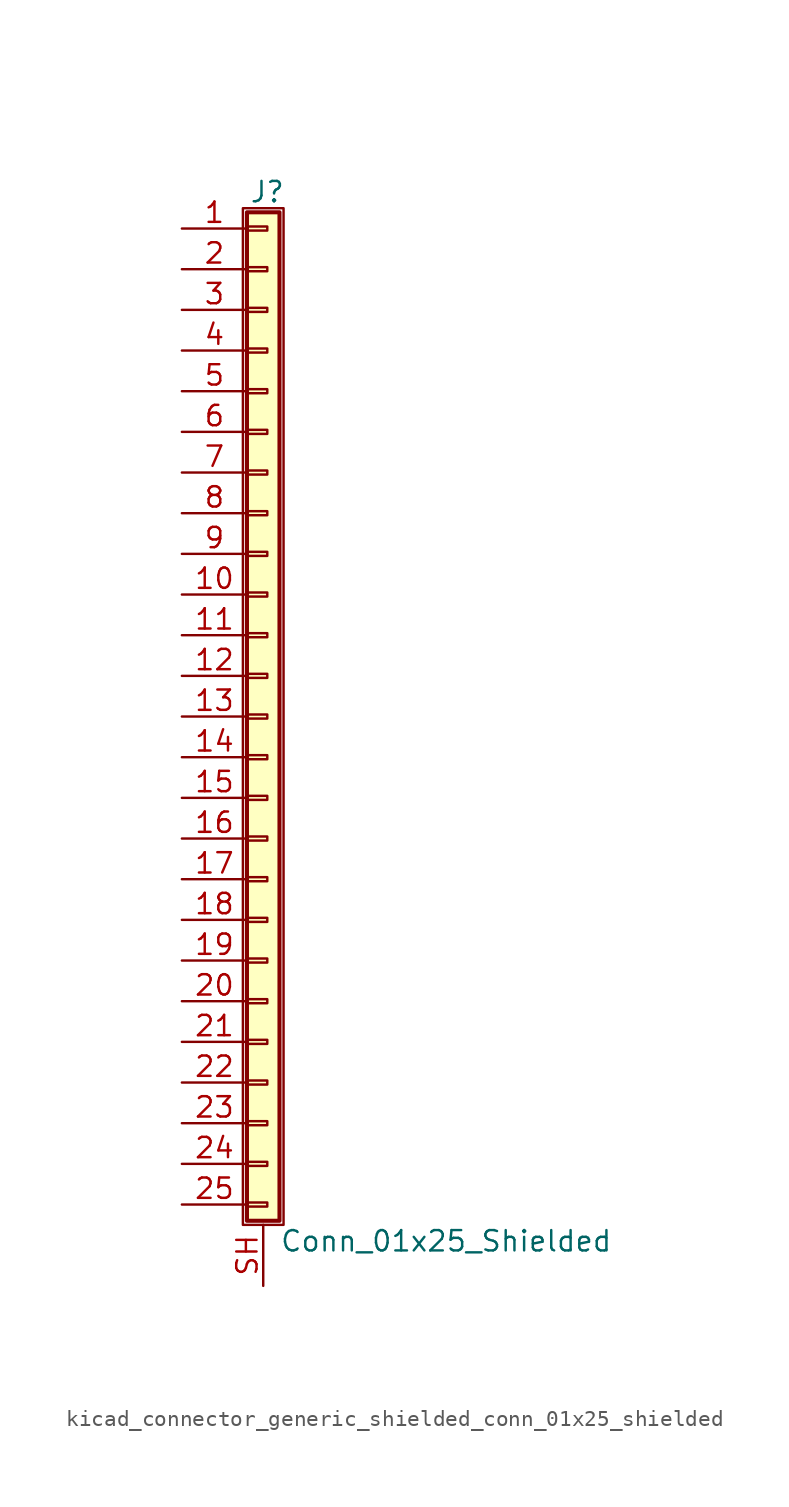
<source format=kicad_sym>
(kicad_symbol_lib
  (version 20220914)
  (generator kicad_symbol_editor)
  (symbol "kicad_connector_generic_shielded_conn_01x25_shielded"
    (pin_names
      (offset 1.016) hide)
    (property "Reference" "J"
      (at 0.254 32.766 0)
      (effects (font (size 1.27 1.27))))
    (property "Value" "Conn_01x25_Shielded"
      (at 1.016 -32.766 0)
      (effects (font (size 1.27 1.27)) (justify left)))
    (symbol "kicad_connector_generic_shielded_conn_01x25_shielded_1_1"
      (rectangle (start -1.27 31.75) (end 1.27 -31.75) (stroke (width 0.152) (type default)) (fill (type none)))
      (rectangle (start -1.016 -30.353) (end 0.254 -30.607) (stroke (width 0.152) (type default)) (fill (type none)))
      (rectangle (start -1.016 -27.813) (end 0.254 -28.067) (stroke (width 0.152) (type default)) (fill (type none)))
      (rectangle (start -1.016 -25.273) (end 0.254 -25.527) (stroke (width 0.152) (type default)) (fill (type none)))
      (rectangle (start -1.016 -22.733) (end 0.254 -22.987) (stroke (width 0.152) (type default)) (fill (type none)))
      (rectangle (start -1.016 -20.193) (end 0.254 -20.447) (stroke (width 0.152) (type default)) (fill (type none)))
      (rectangle (start -1.016 -17.653) (end 0.254 -17.907) (stroke (width 0.152) (type default)) (fill (type none)))
      (rectangle (start -1.016 -15.113) (end 0.254 -15.367) (stroke (width 0.152) (type default)) (fill (type none)))
      (rectangle (start -1.016 -12.573) (end 0.254 -12.827) (stroke (width 0.152) (type default)) (fill (type none)))
      (rectangle (start -1.016 -10.033) (end 0.254 -10.287) (stroke (width 0.152) (type default)) (fill (type none)))
      (rectangle (start -1.016 -7.493) (end 0.254 -7.747) (stroke (width 0.152) (type default)) (fill (type none)))
      (rectangle (start -1.016 -4.953) (end 0.254 -5.207) (stroke (width 0.152) (type default)) (fill (type none)))
      (rectangle (start -1.016 -2.413) (end 0.254 -2.667) (stroke (width 0.152) (type default)) (fill (type none)))
      (rectangle (start -1.016 0.127) (end 0.254 -0.127) (stroke (width 0.152) (type default)) (fill (type none)))
      (rectangle (start -1.016 2.667) (end 0.254 2.413) (stroke (width 0.152) (type default)) (fill (type none)))
      (rectangle (start -1.016 5.207) (end 0.254 4.953) (stroke (width 0.152) (type default)) (fill (type none)))
      (rectangle (start -1.016 7.747) (end 0.254 7.493) (stroke (width 0.152) (type default)) (fill (type none)))
      (rectangle (start -1.016 10.287) (end 0.254 10.033) (stroke (width 0.152) (type default)) (fill (type none)))
      (rectangle (start -1.016 12.827) (end 0.254 12.573) (stroke (width 0.152) (type default)) (fill (type none)))
      (rectangle (start -1.016 15.367) (end 0.254 15.113) (stroke (width 0.152) (type default)) (fill (type none)))
      (rectangle (start -1.016 17.907) (end 0.254 17.653) (stroke (width 0.152) (type default)) (fill (type none)))
      (rectangle (start -1.016 20.447) (end 0.254 20.193) (stroke (width 0.152) (type default)) (fill (type none)))
      (rectangle (start -1.016 22.987) (end 0.254 22.733) (stroke (width 0.152) (type default)) (fill (type none)))
      (rectangle (start -1.016 25.527) (end 0.254 25.273) (stroke (width 0.152) (type default)) (fill (type none)))
      (rectangle (start -1.016 28.067) (end 0.254 27.813) (stroke (width 0.152) (type default)) (fill (type none)))
      (rectangle (start -1.016 30.607) (end 0.254 30.353) (stroke (width 0.152) (type default)) (fill (type none)))
      (rectangle (start -1.016 31.496) (end 1.016 -31.496) (stroke (width 0.254) (type default)) (fill (type background)))
      (pin passive line (at -5.08 30.48 0) (length 4.064) (name "Pin_1" (effects (font (size 1.27 1.27)))) (number "1" (effects (font (size 1.27 1.27)))))
      (pin passive line (at -5.08 7.62 0) (length 4.064) (name "Pin_10" (effects (font (size 1.27 1.27)))) (number "10" (effects (font (size 1.27 1.27)))))
      (pin passive line (at -5.08 5.08 0) (length 4.064) (name "Pin_11" (effects (font (size 1.27 1.27)))) (number "11" (effects (font (size 1.27 1.27)))))
      (pin passive line (at -5.08 2.54 0) (length 4.064) (name "Pin_12" (effects (font (size 1.27 1.27)))) (number "12" (effects (font (size 1.27 1.27)))))
      (pin passive line (at -5.08 0 0) (length 4.064) (name "Pin_13" (effects (font (size 1.27 1.27)))) (number "13" (effects (font (size 1.27 1.27)))))
      (pin passive line (at -5.08 -2.54 0) (length 4.064) (name "Pin_14" (effects (font (size 1.27 1.27)))) (number "14" (effects (font (size 1.27 1.27)))))
      (pin passive line (at -5.08 -5.08 0) (length 4.064) (name "Pin_15" (effects (font (size 1.27 1.27)))) (number "15" (effects (font (size 1.27 1.27)))))
      (pin passive line (at -5.08 -7.62 0) (length 4.064) (name "Pin_16" (effects (font (size 1.27 1.27)))) (number "16" (effects (font (size 1.27 1.27)))))
      (pin passive line (at -5.08 -10.16 0) (length 4.064) (name "Pin_17" (effects (font (size 1.27 1.27)))) (number "17" (effects (font (size 1.27 1.27)))))
      (pin passive line (at -5.08 -12.7 0) (length 4.064) (name "Pin_18" (effects (font (size 1.27 1.27)))) (number "18" (effects (font (size 1.27 1.27)))))
      (pin passive line (at -5.08 -15.24 0) (length 4.064) (name "Pin_19" (effects (font (size 1.27 1.27)))) (number "19" (effects (font (size 1.27 1.27)))))
      (pin passive line (at -5.08 27.94 0) (length 4.064) (name "Pin_2" (effects (font (size 1.27 1.27)))) (number "2" (effects (font (size 1.27 1.27)))))
      (pin passive line (at -5.08 -17.78 0) (length 4.064) (name "Pin_20" (effects (font (size 1.27 1.27)))) (number "20" (effects (font (size 1.27 1.27)))))
      (pin passive line (at -5.08 -20.32 0) (length 4.064) (name "Pin_21" (effects (font (size 1.27 1.27)))) (number "21" (effects (font (size 1.27 1.27)))))
      (pin passive line (at -5.08 -22.86 0) (length 4.064) (name "Pin_22" (effects (font (size 1.27 1.27)))) (number "22" (effects (font (size 1.27 1.27)))))
      (pin passive line (at -5.08 -25.4 0) (length 4.064) (name "Pin_23" (effects (font (size 1.27 1.27)))) (number "23" (effects (font (size 1.27 1.27)))))
      (pin passive line (at -5.08 -27.94 0) (length 4.064) (name "Pin_24" (effects (font (size 1.27 1.27)))) (number "24" (effects (font (size 1.27 1.27)))))
      (pin passive line (at -5.08 -30.48 0) (length 4.064) (name "Pin_25" (effects (font (size 1.27 1.27)))) (number "25" (effects (font (size 1.27 1.27)))))
      (pin passive line (at -5.08 25.4 0) (length 4.064) (name "Pin_3" (effects (font (size 1.27 1.27)))) (number "3" (effects (font (size 1.27 1.27)))))
      (pin passive line (at -5.08 22.86 0) (length 4.064) (name "Pin_4" (effects (font (size 1.27 1.27)))) (number "4" (effects (font (size 1.27 1.27)))))
      (pin passive line (at -5.08 20.32 0) (length 4.064) (name "Pin_5" (effects (font (size 1.27 1.27)))) (number "5" (effects (font (size 1.27 1.27)))))
      (pin passive line (at -5.08 17.78 0) (length 4.064) (name "Pin_6" (effects (font (size 1.27 1.27)))) (number "6" (effects (font (size 1.27 1.27)))))
      (pin passive line (at -5.08 15.24 0) (length 4.064) (name "Pin_7" (effects (font (size 1.27 1.27)))) (number "7" (effects (font (size 1.27 1.27)))))
      (pin passive line (at -5.08 12.7 0) (length 4.064) (name "Pin_8" (effects (font (size 1.27 1.27)))) (number "8" (effects (font (size 1.27 1.27)))))
      (pin passive line (at -5.08 10.16 0) (length 4.064) (name "Pin_9" (effects (font (size 1.27 1.27)))) (number "9" (effects (font (size 1.27 1.27)))))
      (pin passive line (at 0 -35.56 90) (length 3.81) (name "Shield" (effects (font (size 1.27 1.27)))) (number "SH" (effects (font (size 1.27 1.27))))))))
</source>
